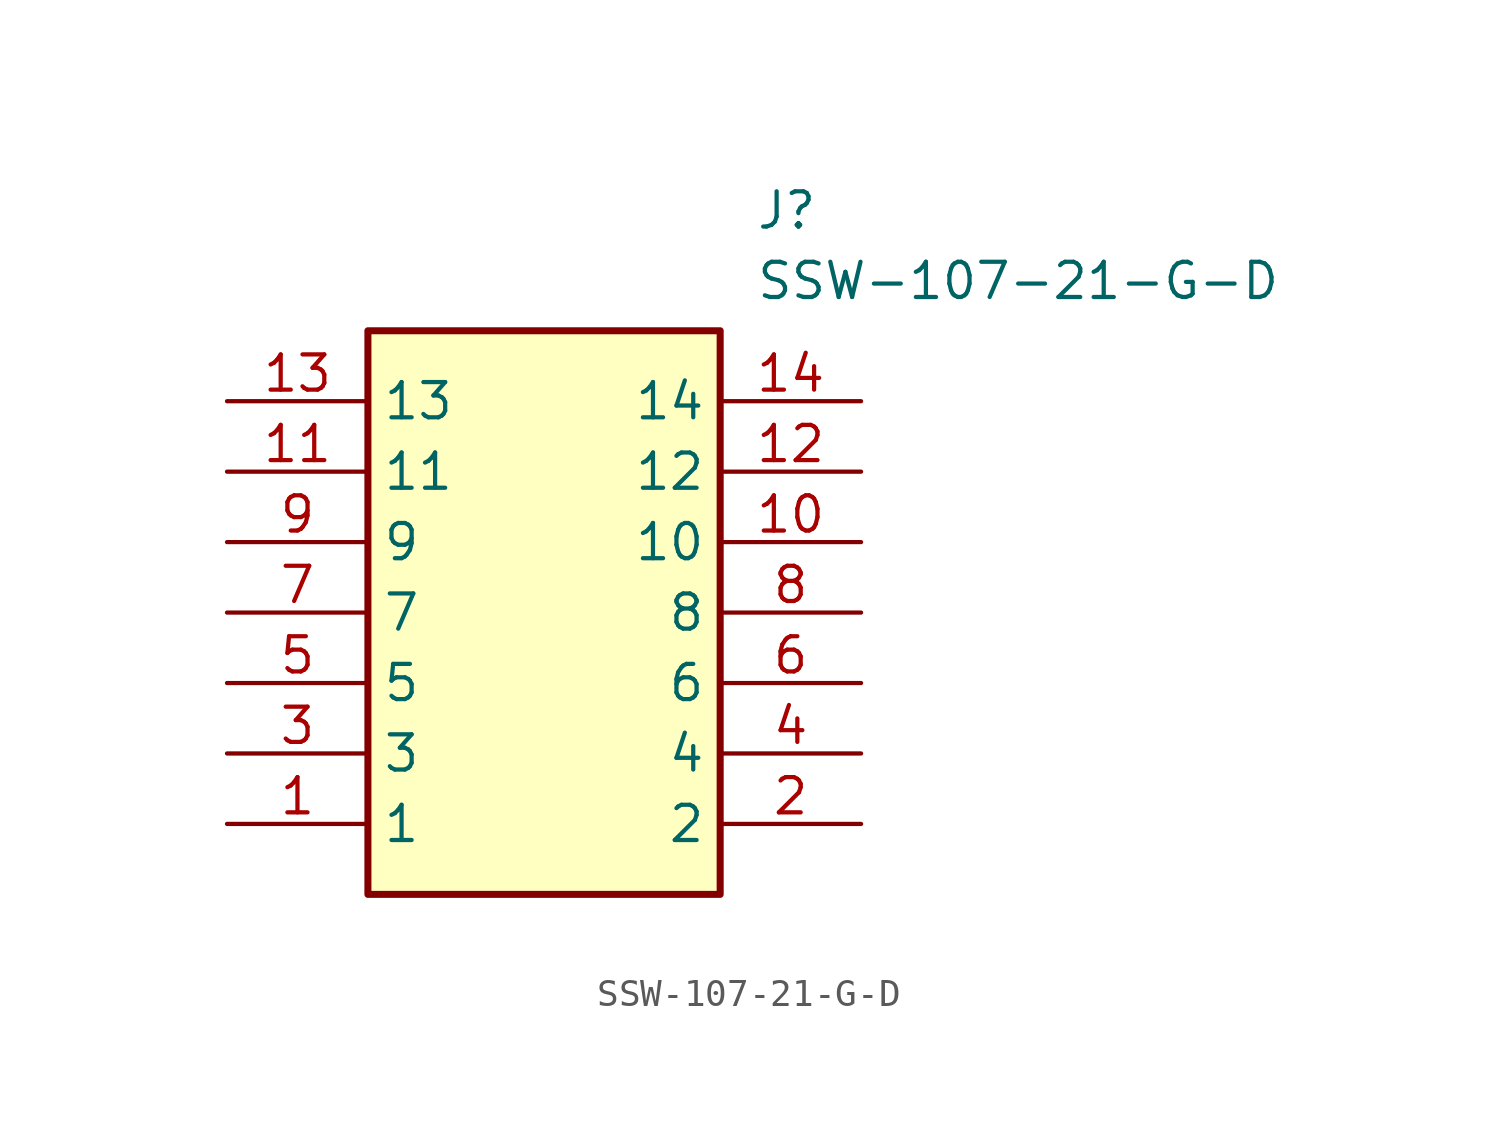
<source format=kicad_sym>
(kicad_symbol_lib
  (version 20211014)
  (generator SamacSys_ECAD_Model)
  (symbol "SSW-107-21-G-D"
    (property "Reference" "J"
      (at 19.05 7.62 0)
      (effects (font (size 1.27 1.27)) (justify left top)))
    (property "Value" "SSW-107-21-G-D"
      (at 19.05 5.08 0)
      (effects (font (size 1.27 1.27)) (justify left top)))
    (rectangle
      (start 5.08 2.54)
      (end 17.78 -17.78)
      (stroke (width 0.254) (type default))
      (fill (type background)))
    (pin passive line
      (at 0 -15.24 0)
      (length 5.08)
      (name "1" (effects (font (size 1.27 1.27))))
      (number "1" (effects (font (size 1.27 1.27)))))
    (pin passive line
      (at 22.86 -15.24 180)
      (length 5.08)
      (name "2" (effects (font (size 1.27 1.27))))
      (number "2" (effects (font (size 1.27 1.27)))))
    (pin passive line
      (at 0 -12.7 0)
      (length 5.08)
      (name "3" (effects (font (size 1.27 1.27))))
      (number "3" (effects (font (size 1.27 1.27)))))
    (pin passive line
      (at 22.86 -12.7 180)
      (length 5.08)
      (name "4" (effects (font (size 1.27 1.27))))
      (number "4" (effects (font (size 1.27 1.27)))))
    (pin passive line
      (at 0 -10.16 0)
      (length 5.08)
      (name "5" (effects (font (size 1.27 1.27))))
      (number "5" (effects (font (size 1.27 1.27)))))
    (pin passive line
      (at 22.86 -10.16 180)
      (length 5.08)
      (name "6" (effects (font (size 1.27 1.27))))
      (number "6" (effects (font (size 1.27 1.27)))))
    (pin passive line
      (at 0 -7.62 0)
      (length 5.08)
      (name "7" (effects (font (size 1.27 1.27))))
      (number "7" (effects (font (size 1.27 1.27)))))
    (pin passive line
      (at 22.86 -7.62 180)
      (length 5.08)
      (name "8" (effects (font (size 1.27 1.27))))
      (number "8" (effects (font (size 1.27 1.27)))))
    (pin passive line
      (at 0 -5.08 0)
      (length 5.08)
      (name "9" (effects (font (size 1.27 1.27))))
      (number "9" (effects (font (size 1.27 1.27)))))
    (pin passive line
      (at 22.86 -5.08 180)
      (length 5.08)
      (name "10" (effects (font (size 1.27 1.27))))
      (number "10" (effects (font (size 1.27 1.27)))))
    (pin passive line
      (at 0 -2.54 0)
      (length 5.08)
      (name "11" (effects (font (size 1.27 1.27))))
      (number "11" (effects (font (size 1.27 1.27)))))
    (pin passive line
      (at 22.86 -2.54 180)
      (length 5.08)
      (name "12" (effects (font (size 1.27 1.27))))
      (number "12" (effects (font (size 1.27 1.27)))))
    (pin passive line
      (at 0 0 0)
      (length 5.08)
      (name "13" (effects (font (size 1.27 1.27))))
      (number "13" (effects (font (size 1.27 1.27)))))
    (pin passive line
      (at 22.86 0 180)
      (length 5.08)
      (name "14" (effects (font (size 1.27 1.27))))
      (number "14" (effects (font (size 1.27 1.27)))))))
</source>
